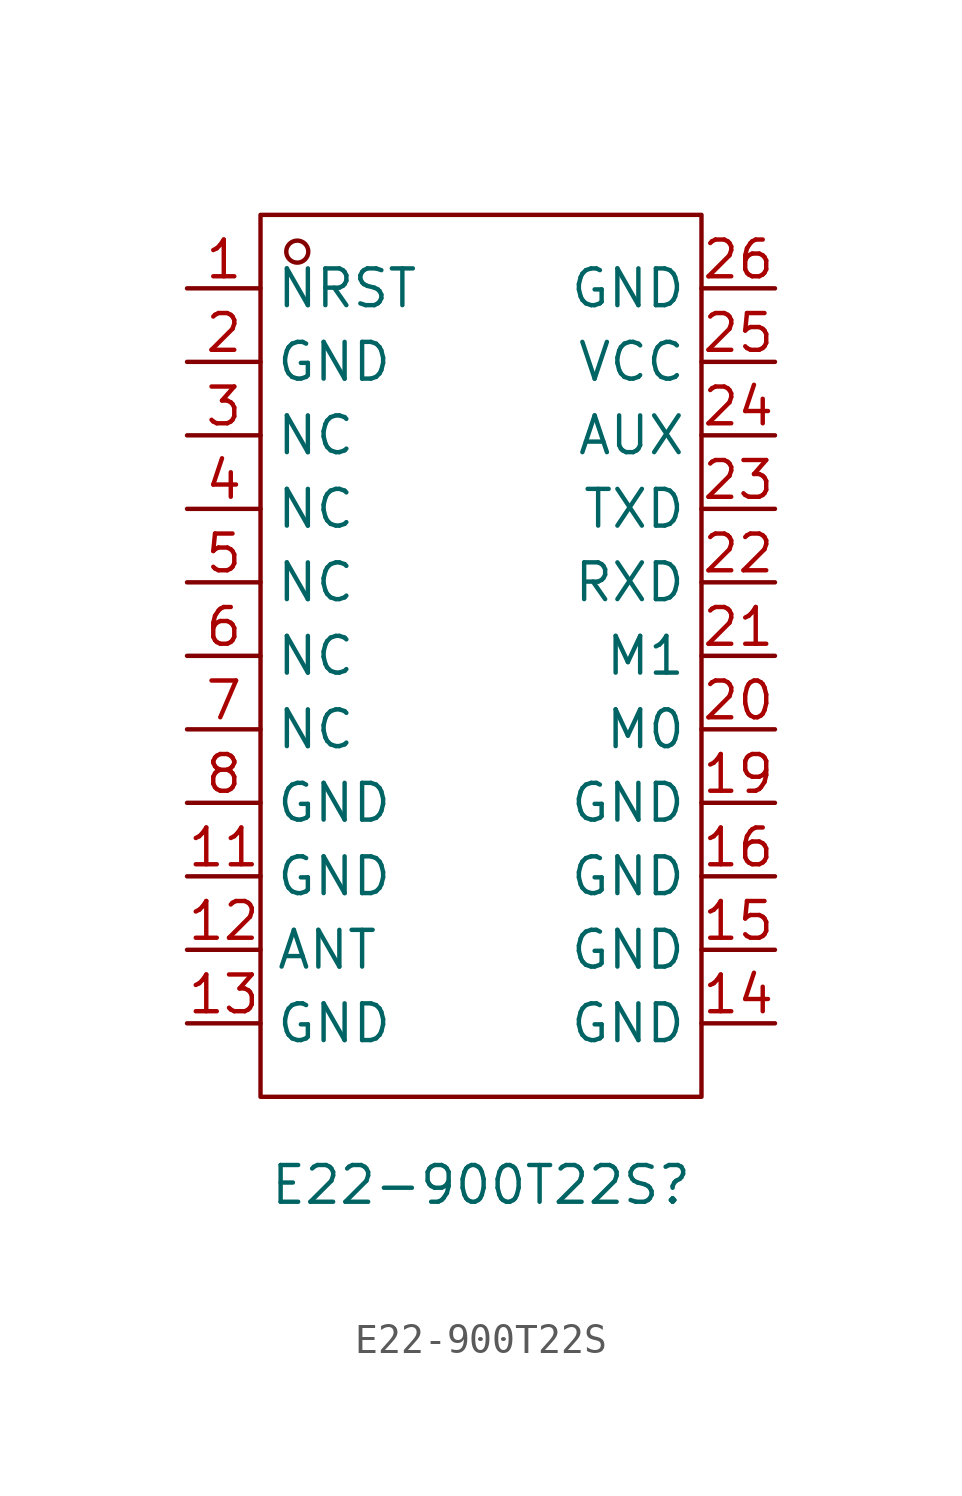
<source format=kicad_sym>
(kicad_symbol_lib
  (version 20241209)
  (generator "kicad_symbol_editor")
  (generator_version "9.0")
  (symbol "E22-900T22S"
    (property "Reference" "E22-900T22S"
      (at 0 -18.288 0)
      (effects (font (size 1.27 1.27))))
    (property "Value" ""
      (at 0 0 0)
      (effects (font (size 1.27 1.27))))
    (symbol "E22-900T22S_1_0"
      (rectangle (start -7.62 -15.24) (end 7.62 15.24) (stroke (width 0) (type default)) (fill (type none)))
      (circle (center -6.35 13.97) (radius 0.381) (stroke (width 0) (type default)) (fill (type none)))
      (pin unspecified line (at -10.16 12.7 0) (length 2.54) (name "NRST" (effects (font (size 1.27 1.27)))) (number "1" (effects (font (size 1.27 1.27)))))
      (pin unspecified line (at -10.16 10.16 0) (length 2.54) (name "GND" (effects (font (size 1.27 1.27)))) (number "2" (effects (font (size 1.27 1.27)))))
      (pin unspecified line (at -10.16 7.62 0) (length 2.54) (name "NC" (effects (font (size 1.27 1.27)))) (number "3" (effects (font (size 1.27 1.27)))))
      (pin unspecified line (at -10.16 5.08 0) (length 2.54) (name "NC" (effects (font (size 1.27 1.27)))) (number "4" (effects (font (size 1.27 1.27)))))
      (pin unspecified line (at -10.16 2.54 0) (length 2.54) (name "NC" (effects (font (size 1.27 1.27)))) (number "5" (effects (font (size 1.27 1.27)))))
      (pin unspecified line (at -10.16 0 0) (length 2.54) (name "NC" (effects (font (size 1.27 1.27)))) (number "6" (effects (font (size 1.27 1.27)))))
      (pin unspecified line (at -10.16 -2.54 0) (length 2.54) (name "NC" (effects (font (size 1.27 1.27)))) (number "7" (effects (font (size 1.27 1.27)))))
      (pin unspecified line (at -10.16 -5.08 0) (length 2.54) (name "GND" (effects (font (size 1.27 1.27)))) (number "8" (effects (font (size 1.27 1.27)))))
      (pin unspecified line (at -10.16 -7.62 0) (length 2.54) (name "GND" (effects (font (size 1.27 1.27)))) (number "11" (effects (font (size 1.27 1.27)))))
      (pin unspecified line (at -10.16 -10.16 0) (length 2.54) (name "ANT" (effects (font (size 1.27 1.27)))) (number "12" (effects (font (size 1.27 1.27)))))
      (pin unspecified line (at -10.16 -12.7 0) (length 2.54) (name "GND" (effects (font (size 1.27 1.27)))) (number "13" (effects (font (size 1.27 1.27)))))
      (pin unspecified line (at 10.16 12.7 180) (length 2.54) (name "GND" (effects (font (size 1.27 1.27)))) (number "26" (effects (font (size 1.27 1.27)))))
      (pin unspecified line (at 10.16 10.16 180) (length 2.54) (name "VCC" (effects (font (size 1.27 1.27)))) (number "25" (effects (font (size 1.27 1.27)))))
      (pin unspecified line (at 10.16 7.62 180) (length 2.54) (name "AUX" (effects (font (size 1.27 1.27)))) (number "24" (effects (font (size 1.27 1.27)))))
      (pin unspecified line (at 10.16 5.08 180) (length 2.54) (name "TXD" (effects (font (size 1.27 1.27)))) (number "23" (effects (font (size 1.27 1.27)))))
      (pin unspecified line (at 10.16 2.54 180) (length 2.54) (name "RXD" (effects (font (size 1.27 1.27)))) (number "22" (effects (font (size 1.27 1.27)))))
      (pin unspecified line (at 10.16 0 180) (length 2.54) (name "M1" (effects (font (size 1.27 1.27)))) (number "21" (effects (font (size 1.27 1.27)))))
      (pin unspecified line (at 10.16 -2.54 180) (length 2.54) (name "M0" (effects (font (size 1.27 1.27)))) (number "20" (effects (font (size 1.27 1.27)))))
      (pin unspecified line (at 10.16 -5.08 180) (length 2.54) (name "GND" (effects (font (size 1.27 1.27)))) (number "19" (effects (font (size 1.27 1.27)))))
      (pin unspecified line (at 10.16 -7.62 180) (length 2.54) (name "GND" (effects (font (size 1.27 1.27)))) (number "16" (effects (font (size 1.27 1.27)))))
      (pin unspecified line (at 10.16 -10.16 180) (length 2.54) (name "GND" (effects (font (size 1.27 1.27)))) (number "15" (effects (font (size 1.27 1.27)))))
      (pin unspecified line (at 10.16 -12.7 180) (length 2.54) (name "GND" (effects (font (size 1.27 1.27)))) (number "14" (effects (font (size 1.27 1.27))))))))
</source>
